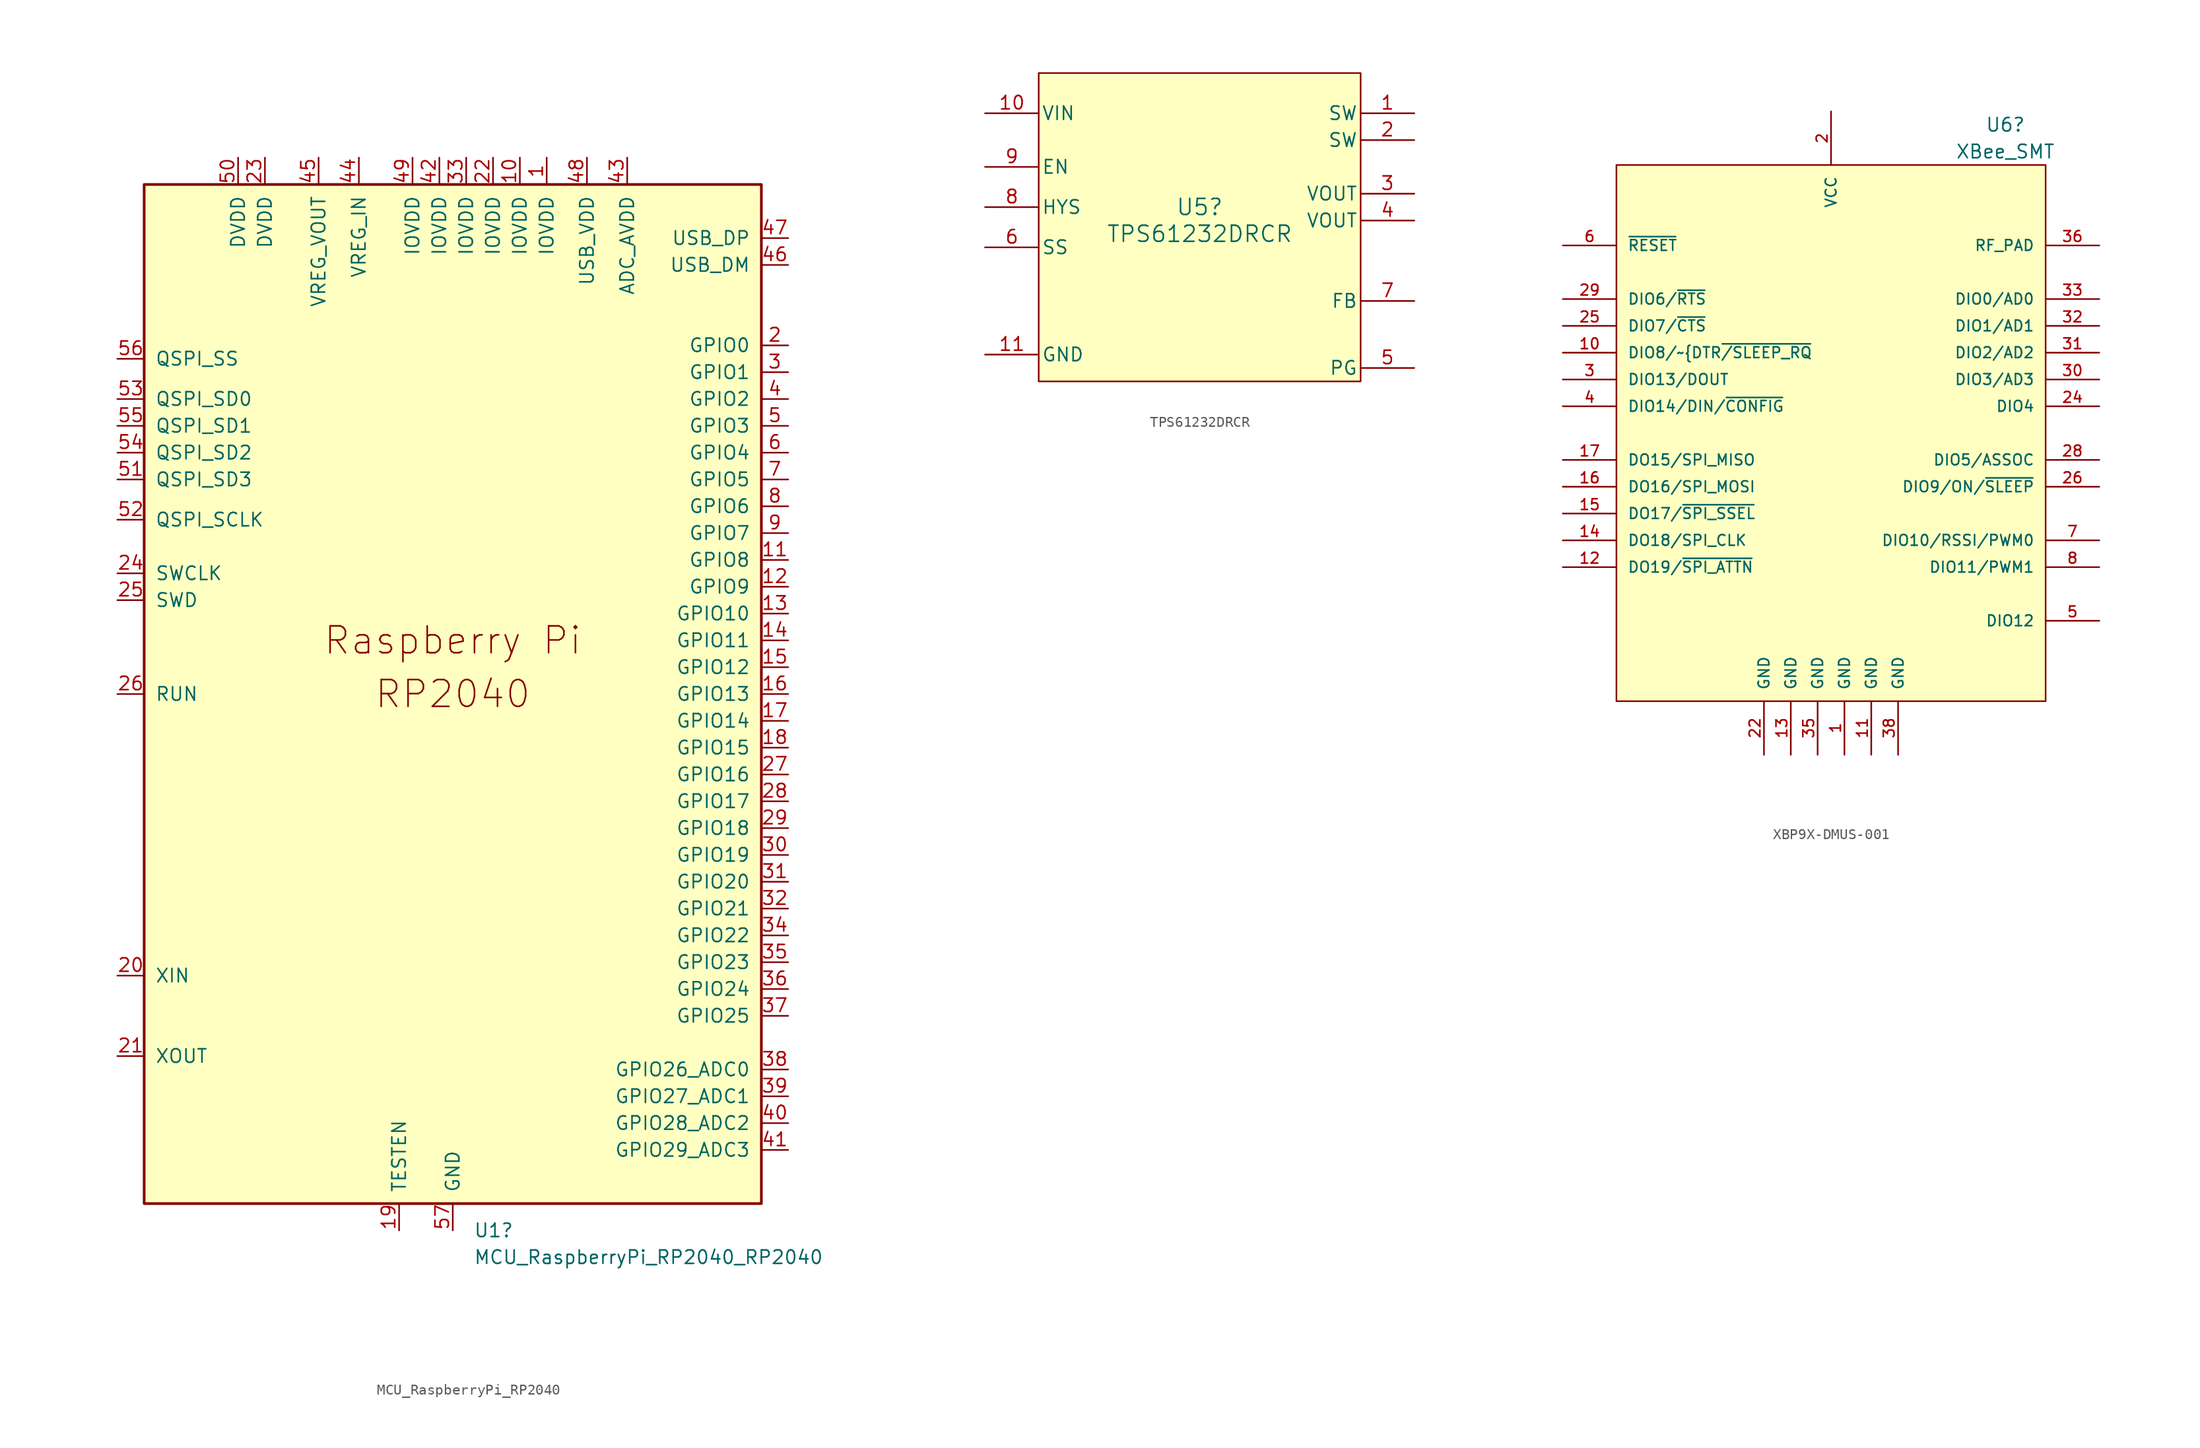
<source format=kicad_sym>
(kicad_symbol_lib
  (version 20220914)
  (generator kicad_symbol_editor)
  (symbol "MCU_RaspberryPi_RP2040"
    (pin_names
      (offset 1.016))
    (property "Reference" "U1"
      (at 1.956 -50.8 0)
      (effects (font (size 1.27 1.27)) (justify left)))
    (property "Value" "MCU_RaspberryPi_RP2040_RP2040"
      (at 1.956 -53.34 0)
      (effects (font (size 1.27 1.27)) (justify left)))
    (symbol "MCU_RaspberryPi_RP2040_0_0"
      (text "Raspberry Pi" (at 0 5.08 0) (effects (font (size 2.54 2.54))))
      (text "RP2040" (at 0 0 0) (effects (font (size 2.54 2.54)))))
    (symbol "MCU_RaspberryPi_RP2040_0_1"
      (rectangle (start -29.21 48.26) (end 29.21 -48.26) (stroke (width 0.254) (type solid)) (fill (type background))))
    (symbol "MCU_RaspberryPi_RP2040_1_1"
      (pin power_in line (at 8.89 50.8 270) (length 2.54) (name "IOVDD" (effects (font (size 1.27 1.27)))) (number "1" (effects (font (size 1.27 1.27)))))
      (pin power_in line (at 6.35 50.8 270) (length 2.54) (name "IOVDD" (effects (font (size 1.27 1.27)))) (number "10" (effects (font (size 1.27 1.27)))))
      (pin bidirectional line (at 31.75 12.7 180) (length 2.54) (name "GPIO8" (effects (font (size 1.27 1.27)))) (number "11" (effects (font (size 1.27 1.27)))))
      (pin bidirectional line (at 31.75 10.16 180) (length 2.54) (name "GPIO9" (effects (font (size 1.27 1.27)))) (number "12" (effects (font (size 1.27 1.27)))))
      (pin bidirectional line (at 31.75 7.62 180) (length 2.54) (name "GPIO10" (effects (font (size 1.27 1.27)))) (number "13" (effects (font (size 1.27 1.27)))))
      (pin bidirectional line (at 31.75 5.08 180) (length 2.54) (name "GPIO11" (effects (font (size 1.27 1.27)))) (number "14" (effects (font (size 1.27 1.27)))))
      (pin bidirectional line (at 31.75 2.54 180) (length 2.54) (name "GPIO12" (effects (font (size 1.27 1.27)))) (number "15" (effects (font (size 1.27 1.27)))))
      (pin bidirectional line (at 31.75 0 180) (length 2.54) (name "GPIO13" (effects (font (size 1.27 1.27)))) (number "16" (effects (font (size 1.27 1.27)))))
      (pin bidirectional line (at 31.75 -2.54 180) (length 2.54) (name "GPIO14" (effects (font (size 1.27 1.27)))) (number "17" (effects (font (size 1.27 1.27)))))
      (pin bidirectional line (at 31.75 -5.08 180) (length 2.54) (name "GPIO15" (effects (font (size 1.27 1.27)))) (number "18" (effects (font (size 1.27 1.27)))))
      (pin passive line (at -5.08 -50.8 90) (length 2.54) (name "TESTEN" (effects (font (size 1.27 1.27)))) (number "19" (effects (font (size 1.27 1.27)))))
      (pin bidirectional line (at 31.75 33.02 180) (length 2.54) (name "GPIO0" (effects (font (size 1.27 1.27)))) (number "2" (effects (font (size 1.27 1.27)))))
      (pin input line (at -31.75 -26.67 0) (length 2.54) (name "XIN" (effects (font (size 1.27 1.27)))) (number "20" (effects (font (size 1.27 1.27)))))
      (pin passive line (at -31.75 -34.29 0) (length 2.54) (name "XOUT" (effects (font (size 1.27 1.27)))) (number "21" (effects (font (size 1.27 1.27)))))
      (pin power_in line (at 3.81 50.8 270) (length 2.54) (name "IOVDD" (effects (font (size 1.27 1.27)))) (number "22" (effects (font (size 1.27 1.27)))))
      (pin power_in line (at -17.78 50.8 270) (length 2.54) (name "DVDD" (effects (font (size 1.27 1.27)))) (number "23" (effects (font (size 1.27 1.27)))))
      (pin output line (at -31.75 11.43 0) (length 2.54) (name "SWCLK" (effects (font (size 1.27 1.27)))) (number "24" (effects (font (size 1.27 1.27)))))
      (pin bidirectional line (at -31.75 8.89 0) (length 2.54) (name "SWD" (effects (font (size 1.27 1.27)))) (number "25" (effects (font (size 1.27 1.27)))))
      (pin input line (at -31.75 0 0) (length 2.54) (name "RUN" (effects (font (size 1.27 1.27)))) (number "26" (effects (font (size 1.27 1.27)))))
      (pin bidirectional line (at 31.75 -7.62 180) (length 2.54) (name "GPIO16" (effects (font (size 1.27 1.27)))) (number "27" (effects (font (size 1.27 1.27)))))
      (pin bidirectional line (at 31.75 -10.16 180) (length 2.54) (name "GPIO17" (effects (font (size 1.27 1.27)))) (number "28" (effects (font (size 1.27 1.27)))))
      (pin bidirectional line (at 31.75 -12.7 180) (length 2.54) (name "GPIO18" (effects (font (size 1.27 1.27)))) (number "29" (effects (font (size 1.27 1.27)))))
      (pin bidirectional line (at 31.75 30.48 180) (length 2.54) (name "GPIO1" (effects (font (size 1.27 1.27)))) (number "3" (effects (font (size 1.27 1.27)))))
      (pin bidirectional line (at 31.75 -15.24 180) (length 2.54) (name "GPIO19" (effects (font (size 1.27 1.27)))) (number "30" (effects (font (size 1.27 1.27)))))
      (pin bidirectional line (at 31.75 -17.78 180) (length 2.54) (name "GPIO20" (effects (font (size 1.27 1.27)))) (number "31" (effects (font (size 1.27 1.27)))))
      (pin bidirectional line (at 31.75 -20.32 180) (length 2.54) (name "GPIO21" (effects (font (size 1.27 1.27)))) (number "32" (effects (font (size 1.27 1.27)))))
      (pin power_in line (at 1.27 50.8 270) (length 2.54) (name "IOVDD" (effects (font (size 1.27 1.27)))) (number "33" (effects (font (size 1.27 1.27)))))
      (pin bidirectional line (at 31.75 -22.86 180) (length 2.54) (name "GPIO22" (effects (font (size 1.27 1.27)))) (number "34" (effects (font (size 1.27 1.27)))))
      (pin bidirectional line (at 31.75 -25.4 180) (length 2.54) (name "GPIO23" (effects (font (size 1.27 1.27)))) (number "35" (effects (font (size 1.27 1.27)))))
      (pin bidirectional line (at 31.75 -27.94 180) (length 2.54) (name "GPIO24" (effects (font (size 1.27 1.27)))) (number "36" (effects (font (size 1.27 1.27)))))
      (pin bidirectional line (at 31.75 -30.48 180) (length 2.54) (name "GPIO25" (effects (font (size 1.27 1.27)))) (number "37" (effects (font (size 1.27 1.27)))))
      (pin bidirectional line (at 31.75 -35.56 180) (length 2.54) (name "GPIO26_ADC0" (effects (font (size 1.27 1.27)))) (number "38" (effects (font (size 1.27 1.27)))))
      (pin bidirectional line (at 31.75 -38.1 180) (length 2.54) (name "GPIO27_ADC1" (effects (font (size 1.27 1.27)))) (number "39" (effects (font (size 1.27 1.27)))))
      (pin bidirectional line (at 31.75 27.94 180) (length 2.54) (name "GPIO2" (effects (font (size 1.27 1.27)))) (number "4" (effects (font (size 1.27 1.27)))))
      (pin bidirectional line (at 31.75 -40.64 180) (length 2.54) (name "GPIO28_ADC2" (effects (font (size 1.27 1.27)))) (number "40" (effects (font (size 1.27 1.27)))))
      (pin bidirectional line (at 31.75 -43.18 180) (length 2.54) (name "GPIO29_ADC3" (effects (font (size 1.27 1.27)))) (number "41" (effects (font (size 1.27 1.27)))))
      (pin power_in line (at -1.27 50.8 270) (length 2.54) (name "IOVDD" (effects (font (size 1.27 1.27)))) (number "42" (effects (font (size 1.27 1.27)))))
      (pin power_in line (at 16.51 50.8 270) (length 2.54) (name "ADC_AVDD" (effects (font (size 1.27 1.27)))) (number "43" (effects (font (size 1.27 1.27)))))
      (pin power_in line (at -8.89 50.8 270) (length 2.54) (name "VREG_IN" (effects (font (size 1.27 1.27)))) (number "44" (effects (font (size 1.27 1.27)))))
      (pin power_out line (at -12.7 50.8 270) (length 2.54) (name "VREG_VOUT" (effects (font (size 1.27 1.27)))) (number "45" (effects (font (size 1.27 1.27)))))
      (pin bidirectional line (at 31.75 40.64 180) (length 2.54) (name "USB_DM" (effects (font (size 1.27 1.27)))) (number "46" (effects (font (size 1.27 1.27)))))
      (pin bidirectional line (at 31.75 43.18 180) (length 2.54) (name "USB_DP" (effects (font (size 1.27 1.27)))) (number "47" (effects (font (size 1.27 1.27)))))
      (pin power_in line (at 12.7 50.8 270) (length 2.54) (name "USB_VDD" (effects (font (size 1.27 1.27)))) (number "48" (effects (font (size 1.27 1.27)))))
      (pin power_in line (at -3.81 50.8 270) (length 2.54) (name "IOVDD" (effects (font (size 1.27 1.27)))) (number "49" (effects (font (size 1.27 1.27)))))
      (pin bidirectional line (at 31.75 25.4 180) (length 2.54) (name "GPIO3" (effects (font (size 1.27 1.27)))) (number "5" (effects (font (size 1.27 1.27)))))
      (pin power_in line (at -20.32 50.8 270) (length 2.54) (name "DVDD" (effects (font (size 1.27 1.27)))) (number "50" (effects (font (size 1.27 1.27)))))
      (pin bidirectional line (at -31.75 20.32 0) (length 2.54) (name "QSPI_SD3" (effects (font (size 1.27 1.27)))) (number "51" (effects (font (size 1.27 1.27)))))
      (pin output line (at -31.75 16.51 0) (length 2.54) (name "QSPI_SCLK" (effects (font (size 1.27 1.27)))) (number "52" (effects (font (size 1.27 1.27)))))
      (pin bidirectional line (at -31.75 27.94 0) (length 2.54) (name "QSPI_SD0" (effects (font (size 1.27 1.27)))) (number "53" (effects (font (size 1.27 1.27)))))
      (pin bidirectional line (at -31.75 22.86 0) (length 2.54) (name "QSPI_SD2" (effects (font (size 1.27 1.27)))) (number "54" (effects (font (size 1.27 1.27)))))
      (pin bidirectional line (at -31.75 25.4 0) (length 2.54) (name "QSPI_SD1" (effects (font (size 1.27 1.27)))) (number "55" (effects (font (size 1.27 1.27)))))
      (pin bidirectional line (at -31.75 31.75 0) (length 2.54) (name "QSPI_SS" (effects (font (size 1.27 1.27)))) (number "56" (effects (font (size 1.27 1.27)))))
      (pin power_in line (at 0 -50.8 90) (length 2.54) (name "GND" (effects (font (size 1.27 1.27)))) (number "57" (effects (font (size 1.27 1.27)))))
      (pin bidirectional line (at 31.75 22.86 180) (length 2.54) (name "GPIO4" (effects (font (size 1.27 1.27)))) (number "6" (effects (font (size 1.27 1.27)))))
      (pin bidirectional line (at 31.75 20.32 180) (length 2.54) (name "GPIO5" (effects (font (size 1.27 1.27)))) (number "7" (effects (font (size 1.27 1.27)))))
      (pin bidirectional line (at 31.75 17.78 180) (length 2.54) (name "GPIO6" (effects (font (size 1.27 1.27)))) (number "8" (effects (font (size 1.27 1.27)))))
      (pin bidirectional line (at 31.75 15.24 180) (length 2.54) (name "GPIO7" (effects (font (size 1.27 1.27)))) (number "9" (effects (font (size 1.27 1.27)))))))
  (symbol "TPS61232DRCR"
    (pin_names
      (offset 0.254))
    (property "Reference" "U5"
      (at 0 1.27 0)
      (effects (font (size 1.524 1.524))))
    (property "Value" "TPS61232DRCR"
      (at 0 -1.27 0)
      (effects (font (size 1.524 1.524))))
    (property "ki_locked" ""
      (at 0 0 0)
      (effects (font (size 1.27 1.27))))
    (symbol "TPS61232DRCR_0_1"
      (pin power_in line (at 20.32 10.16 180) (length 5.08) (name "SW" (effects (font (size 1.27 1.27)))) (number "1" (effects (font (size 1.27 1.27)))))
      (pin power_in line (at -20.32 10.16 0) (length 5.08) (name "VIN" (effects (font (size 1.27 1.27)))) (number "10" (effects (font (size 1.27 1.27)))))
      (pin power_in line (at -20.32 -12.7 0) (length 5.08) (name "GND" (effects (font (size 1.27 1.27)))) (number "11" (effects (font (size 1.27 1.27)))))
      (pin power_in line (at 20.32 7.62 180) (length 5.08) (name "SW" (effects (font (size 1.27 1.27)))) (number "2" (effects (font (size 1.27 1.27)))))
      (pin power_in line (at 20.32 2.54 180) (length 5.08) (name "VOUT" (effects (font (size 1.27 1.27)))) (number "3" (effects (font (size 1.27 1.27)))))
      (pin power_in line (at 20.32 0 180) (length 5.08) (name "VOUT" (effects (font (size 1.27 1.27)))) (number "4" (effects (font (size 1.27 1.27)))))
      (pin output line (at 20.32 -13.97 180) (length 5.08) (name "PG" (effects (font (size 1.27 1.27)))) (number "5" (effects (font (size 1.27 1.27)))))
      (pin input line (at -20.32 -2.54 0) (length 5.08) (name "SS" (effects (font (size 1.27 1.27)))) (number "6" (effects (font (size 1.27 1.27)))))
      (pin input line (at 20.32 -7.62 180) (length 5.08) (name "FB" (effects (font (size 1.27 1.27)))) (number "7" (effects (font (size 1.27 1.27)))))
      (pin output line (at -20.32 1.27 0) (length 5.08) (name "HYS" (effects (font (size 1.27 1.27)))) (number "8" (effects (font (size 1.27 1.27)))))
      (pin input line (at -20.32 5.08 0) (length 5.08) (name "EN" (effects (font (size 1.27 1.27)))) (number "9" (effects (font (size 1.27 1.27))))))
    (symbol "TPS61232DRCR_1_1"
      (rectangle (start -15.24 13.97) (end 15.24 -15.24) (stroke (width 0) (type default)) (fill (type background)))))
  (symbol "XBP9X-DMUS-001"
    (pin_names
      (offset 1.016))
    (property "Reference" "U6"
      (at 16.51 29.21 0)
      (effects (font (size 1.27 1.27))))
    (property "Value" "XBee_SMT"
      (at 16.51 26.67 0)
      (effects (font (size 1.27 1.27))))
    (symbol "XBP9X-DMUS-001_0_0"
      (rectangle (start -20.32 25.4) (end 20.32 -25.4) (stroke (width 0.152) (type default)) (fill (type background)))
      (pin power_in line (at 1.27 -30.48 90) (length 5.08) (name "GND" (effects (font (size 1.016 1.016)))) (number "1" (effects (font (size 1.016 1.016)))))
      (pin bidirectional line (at -25.4 7.62 0) (length 5.08) (name "DIO8/~{DTR~{/SLEEP_RQ}" (effects (font (size 1.016 1.016)))) (number "10" (effects (font (size 1.016 1.016)))))
      (pin power_in line (at 3.81 -30.48 90) (length 5.08) (name "GND" (effects (font (size 1.016 1.016)))) (number "11" (effects (font (size 1.016 1.016)))))
      (pin output line (at -25.4 -12.7 0) (length 5.08) (name "DO19/~{SPI_ATTN}" (effects (font (size 1.016 1.016)))) (number "12" (effects (font (size 1.016 1.016)))))
      (pin power_in line (at -3.81 -30.48 90) (length 5.08) (name "GND" (effects (font (size 1.016 1.016)))) (number "13" (effects (font (size 1.016 1.016)))))
      (pin bidirectional line (at -25.4 -10.16 0) (length 5.08) (name "DO18/SPI_CLK" (effects (font (size 1.016 1.016)))) (number "14" (effects (font (size 1.016 1.016)))))
      (pin bidirectional line (at -25.4 -7.62 0) (length 5.08) (name "DO17/~{SPI_SSEL}" (effects (font (size 1.016 1.016)))) (number "15" (effects (font (size 1.016 1.016)))))
      (pin bidirectional line (at -25.4 -5.08 0) (length 5.08) (name "DO16/SPI_MOSI" (effects (font (size 1.016 1.016)))) (number "16" (effects (font (size 1.016 1.016)))))
      (pin output line (at -25.4 -2.54 0) (length 5.08) (name "DO15/SPI_MISO" (effects (font (size 1.016 1.016)))) (number "17" (effects (font (size 1.016 1.016)))))
      (pin power_in line (at 0 30.48 270) (length 5.08) (name "VCC" (effects (font (size 1.016 1.016)))) (number "2" (effects (font (size 1.016 1.016)))))
      (pin power_in line (at -6.35 -30.48 90) (length 5.08) (name "GND" (effects (font (size 1.016 1.016)))) (number "22" (effects (font (size 1.016 1.016)))))
      (pin bidirectional line (at 25.4 2.54 180) (length 5.08) (name "DIO4" (effects (font (size 1.016 1.016)))) (number "24" (effects (font (size 1.016 1.016)))))
      (pin bidirectional line (at -25.4 10.16 0) (length 5.08) (name "DIO7/~{CTS}" (effects (font (size 1.016 1.016)))) (number "25" (effects (font (size 1.016 1.016)))))
      (pin bidirectional line (at 25.4 -5.08 180) (length 5.08) (name "DIO9/ON/~{SLEEP}" (effects (font (size 1.016 1.016)))) (number "26" (effects (font (size 1.016 1.016)))))
      (pin bidirectional line (at 25.4 -2.54 180) (length 5.08) (name "DIO5/ASSOC" (effects (font (size 1.016 1.016)))) (number "28" (effects (font (size 1.016 1.016)))))
      (pin bidirectional line (at -25.4 12.7 0) (length 5.08) (name "DIO6/~{RTS}" (effects (font (size 1.016 1.016)))) (number "29" (effects (font (size 1.016 1.016)))))
      (pin bidirectional line (at -25.4 5.08 0) (length 5.08) (name "DIO13/DOUT" (effects (font (size 1.016 1.016)))) (number "3" (effects (font (size 1.016 1.016)))))
      (pin bidirectional line (at 25.4 5.08 180) (length 5.08) (name "DIO3/AD3" (effects (font (size 1.016 1.016)))) (number "30" (effects (font (size 1.016 1.016)))))
      (pin bidirectional line (at 25.4 7.62 180) (length 5.08) (name "DIO2/AD2" (effects (font (size 1.016 1.016)))) (number "31" (effects (font (size 1.016 1.016)))))
      (pin bidirectional line (at 25.4 10.16 180) (length 5.08) (name "DIO1/AD1" (effects (font (size 1.016 1.016)))) (number "32" (effects (font (size 1.016 1.016)))))
      (pin bidirectional line (at 25.4 12.7 180) (length 5.08) (name "DIO0/AD0" (effects (font (size 1.016 1.016)))) (number "33" (effects (font (size 1.016 1.016)))))
      (pin power_in line (at -1.27 -30.48 90) (length 5.08) (name "GND" (effects (font (size 1.016 1.016)))) (number "35" (effects (font (size 1.016 1.016)))))
      (pin bidirectional line (at 25.4 17.78 180) (length 5.08) (name "RF_PAD" (effects (font (size 1.016 1.016)))) (number "36" (effects (font (size 1.016 1.016)))))
      (pin power_in line (at 6.35 -30.48 90) (length 5.08) (name "GND" (effects (font (size 1.016 1.016)))) (number "38" (effects (font (size 1.016 1.016)))))
      (pin bidirectional line (at -25.4 2.54 0) (length 5.08) (name "DIO14/DIN/~{CONFIG}" (effects (font (size 1.016 1.016)))) (number "4" (effects (font (size 1.016 1.016)))))
      (pin bidirectional line (at 25.4 -17.78 180) (length 5.08) (name "DIO12" (effects (font (size 1.016 1.016)))) (number "5" (effects (font (size 1.016 1.016)))))
      (pin input line (at -25.4 17.78 0) (length 5.08) (name "~{RESET}" (effects (font (size 1.016 1.016)))) (number "6" (effects (font (size 1.016 1.016)))))
      (pin bidirectional line (at 25.4 -10.16 180) (length 5.08) (name "DIO10/RSSI/PWM0" (effects (font (size 1.016 1.016)))) (number "7" (effects (font (size 1.016 1.016)))))
      (pin bidirectional line (at 25.4 -12.7 180) (length 5.08) (name "DIO11/PWM1" (effects (font (size 1.016 1.016)))) (number "8" (effects (font (size 1.016 1.016))))))))
</source>
